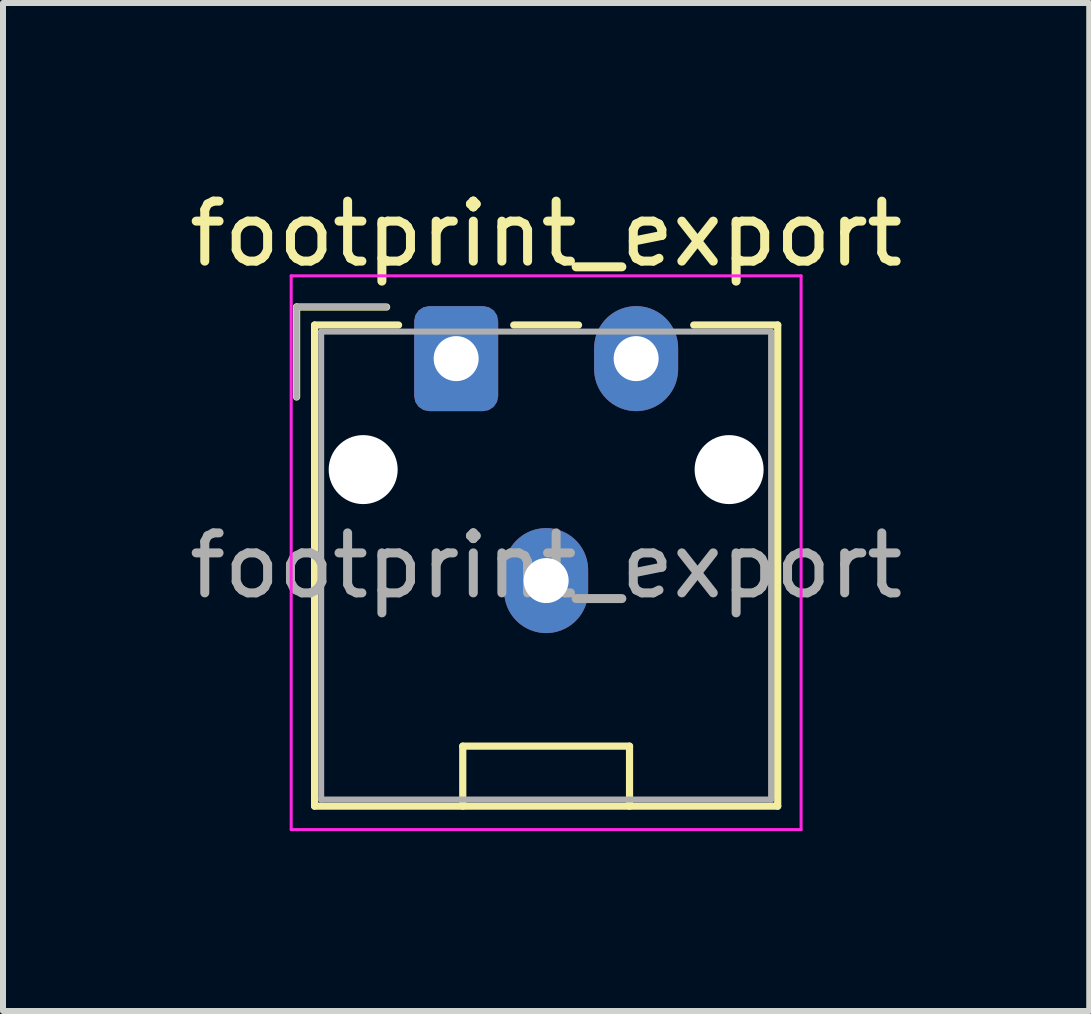
<source format=kicad_pcb>
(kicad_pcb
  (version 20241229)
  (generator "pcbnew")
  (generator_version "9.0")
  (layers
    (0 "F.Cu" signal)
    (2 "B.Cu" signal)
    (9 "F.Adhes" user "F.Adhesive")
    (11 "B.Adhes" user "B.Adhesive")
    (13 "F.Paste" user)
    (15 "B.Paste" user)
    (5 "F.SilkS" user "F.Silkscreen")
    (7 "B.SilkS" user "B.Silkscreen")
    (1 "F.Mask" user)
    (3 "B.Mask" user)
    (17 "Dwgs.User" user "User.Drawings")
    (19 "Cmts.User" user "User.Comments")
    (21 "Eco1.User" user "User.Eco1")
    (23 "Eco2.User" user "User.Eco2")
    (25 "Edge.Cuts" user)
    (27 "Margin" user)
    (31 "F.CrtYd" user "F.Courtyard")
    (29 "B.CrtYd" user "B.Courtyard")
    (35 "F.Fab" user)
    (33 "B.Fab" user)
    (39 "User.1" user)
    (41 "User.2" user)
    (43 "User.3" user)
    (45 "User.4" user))
  (footprint "footprint_export"
    (layer "F.Cu")
    (at 4.554 2.928)
    (property "Reference" "footprint_export" (at 1.5 -2.08 0) (layer "F.SilkS") (effects (font (size 1 1) (thickness 0.15))))
    (attr through_hole)
    (fp_line (start -2.66 -0.86) (end -1.16 -0.86) (stroke (width 0.12) (type solid)) (layer "F.SilkS"))
    (fp_line (start -2.66 0.64) (end -2.66 -0.86) (stroke (width 0.12) (type solid)) (layer "F.SilkS"))
    (fp_line (start -2.36 -0.56) (end -2.36 7.46) (stroke (width 0.12) (type solid)) (layer "F.SilkS"))
    (fp_line (start -2.36 7.46) (end 5.36 7.46) (stroke (width 0.12) (type solid)) (layer "F.SilkS"))
    (fp_line (start -0.96 -0.56) (end -2.36 -0.56) (stroke (width 0.12) (type solid)) (layer "F.SilkS"))
    (fp_line (start 0.11 6.46) (end 2.89 6.46) (stroke (width 0.12) (type solid)) (layer "F.SilkS"))
    (fp_line (start 0.11 7.46) (end 0.11 6.46) (stroke (width 0.12) (type solid)) (layer "F.SilkS"))
    (fp_line (start 0.96 -0.56) (end 2.04 -0.56) (stroke (width 0.12) (type solid)) (layer "F.SilkS"))
    (fp_line (start 2.89 6.46) (end 2.89 7.46) (stroke (width 0.12) (type solid)) (layer "F.SilkS"))
    (fp_line (start 5.36 -0.56) (end 3.96 -0.56) (stroke (width 0.12) (type solid)) (layer "F.SilkS"))
    (fp_line (start 5.36 7.46) (end 5.36 -0.56) (stroke (width 0.12) (type solid)) (layer "F.SilkS"))
    (fp_line (start -2.75 -1.38) (end -2.75 7.85) (stroke (width 0.05) (type solid)) (layer "F.CrtYd"))
    (fp_line (start -2.75 7.85) (end 5.75 7.85) (stroke (width 0.05) (type solid)) (layer "F.CrtYd"))
    (fp_line (start 5.75 -1.38) (end -2.75 -1.38) (stroke (width 0.05) (type solid)) (layer "F.CrtYd"))
    (fp_line (start 5.75 7.85) (end 5.75 -1.38) (stroke (width 0.05) (type solid)) (layer "F.CrtYd"))
    (fp_line (start -2.66 -0.86) (end -1.16 -0.86) (stroke (width 0.1) (type solid)) (layer "F.Fab"))
    (fp_line (start -2.66 0.64) (end -2.66 -0.86) (stroke (width 0.1) (type solid)) (layer "F.Fab"))
    (fp_line (start -2.25 -0.45) (end -2.25 7.35) (stroke (width 0.1) (type solid)) (layer "F.Fab"))
    (fp_line (start -2.25 7.35) (end 5.25 7.35) (stroke (width 0.1) (type solid)) (layer "F.Fab"))
    (fp_line (start 5.25 -0.45) (end -2.25 -0.45) (stroke (width 0.1) (type solid)) (layer "F.Fab"))
    (fp_line (start 5.25 7.35) (end 5.25 -0.45) (stroke (width 0.1) (type solid)) (layer "F.Fab"))
    (fp_text user "${REFERENCE}" (at 1.5 3.45 0) (layer "F.Fab") (effects (font (size 1 1) (thickness 0.15))))
    (pad "" np_thru_hole circle (at -1.55 1.85) (size 1.15 1.15) (drill 1.15) (layers "*.Cu" "*.Mask"))
    (pad "" np_thru_hole circle (at 4.55 1.85) (size 1.15 1.15) (drill 1.15) (layers "*.Cu" "*.Mask"))
    (pad "1" thru_hole roundrect (at 0 0) (size 1.4 1.75) (drill 0.75) (layers "*.Cu" "*.Mask") (roundrect_rratio 0.179))
    (pad "2" thru_hole oval (at 1.5 3.7) (size 1.4 1.75) (drill 0.75) (layers "*.Cu" "*.Mask"))
    (pad "3" thru_hole oval (at 3 0) (size 1.4 1.75) (drill 0.75) (layers "*.Cu" "*.Mask")))
  (gr_rect
    (start -3 -3)
    (end 15.107 13.803)
    (stroke (width 0.1) (type default))
    (fill no)
    (layer "Edge.Cuts")))
</source>
